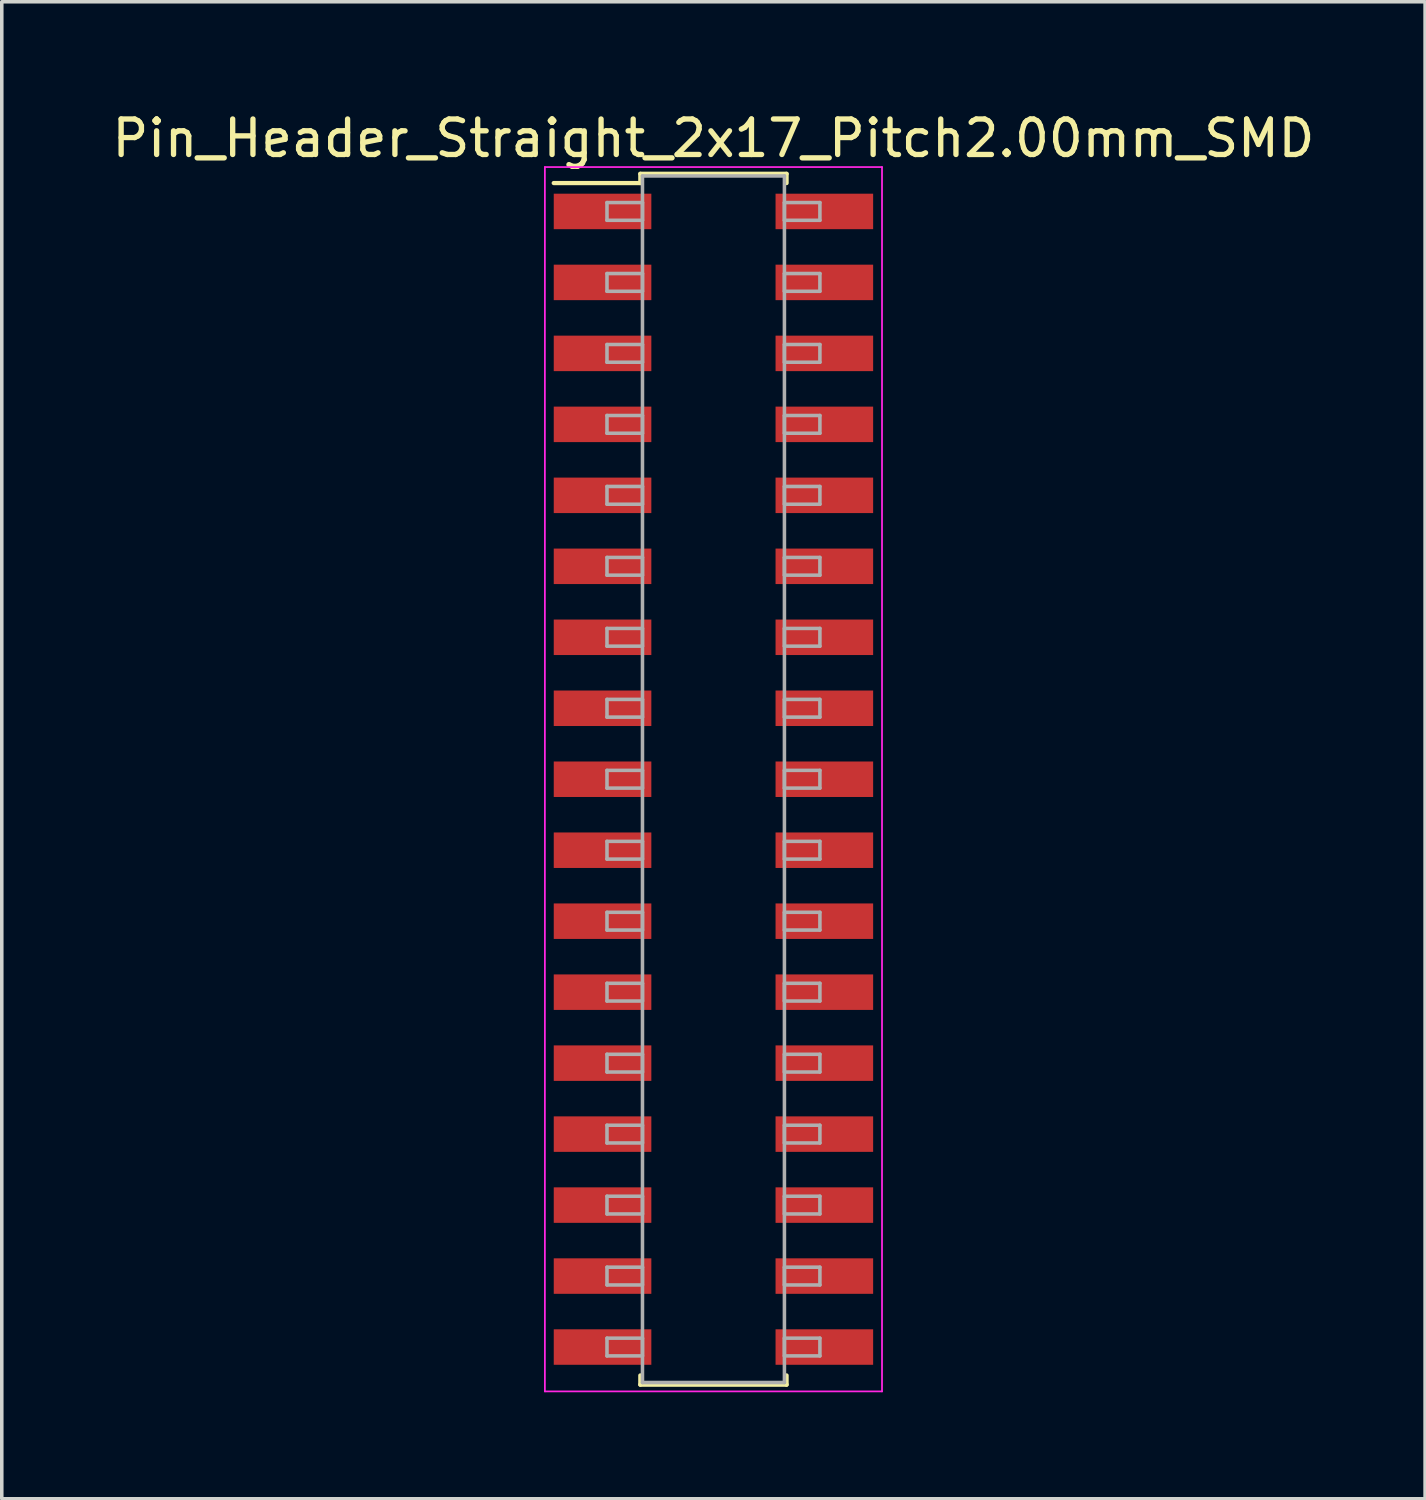
<source format=kicad_pcb>
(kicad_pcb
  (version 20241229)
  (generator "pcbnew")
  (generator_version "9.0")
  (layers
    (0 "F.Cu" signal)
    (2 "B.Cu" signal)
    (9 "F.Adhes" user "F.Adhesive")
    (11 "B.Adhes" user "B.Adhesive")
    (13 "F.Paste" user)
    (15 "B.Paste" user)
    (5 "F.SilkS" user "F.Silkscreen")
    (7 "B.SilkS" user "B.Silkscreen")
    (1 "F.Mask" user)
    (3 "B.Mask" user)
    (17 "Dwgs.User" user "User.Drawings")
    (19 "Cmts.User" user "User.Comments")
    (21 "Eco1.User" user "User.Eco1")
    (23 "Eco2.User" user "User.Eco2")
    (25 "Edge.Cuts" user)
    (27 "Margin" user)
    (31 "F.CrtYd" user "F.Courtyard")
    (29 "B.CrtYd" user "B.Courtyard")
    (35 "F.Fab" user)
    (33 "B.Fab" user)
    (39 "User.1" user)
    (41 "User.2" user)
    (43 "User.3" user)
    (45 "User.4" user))
  (footprint "Pin_Header_Straight_2x17_Pitch2.00mm_SMD"
    (layer "F.Cu")
    (at 17.054 18.908)
    (property "Reference" "Pin_Header_Straight_2x17_Pitch2.00mm_SMD" (at 0 -18.06 0) (layer "F.SilkS") (effects (font (size 1 1) (thickness 0.15))))
    (attr smd)
    (fp_line (start -4.5 -16.8) (end -2.06 -16.8) (stroke (width 0.12) (type solid)) (layer "F.SilkS"))
    (fp_line (start -2.06 -17.06) (end 2.06 -17.06) (stroke (width 0.12) (type solid)) (layer "F.SilkS"))
    (fp_line (start -2.06 -16.8) (end -2.06 -17.06) (stroke (width 0.12) (type solid)) (layer "F.SilkS"))
    (fp_line (start -2.06 16.8) (end -2.06 17.06) (stroke (width 0.12) (type solid)) (layer "F.SilkS"))
    (fp_line (start -2.06 17.06) (end 2.06 17.06) (stroke (width 0.12) (type solid)) (layer "F.SilkS"))
    (fp_line (start 2.06 -17.06) (end 2.06 -16.8) (stroke (width 0.12) (type solid)) (layer "F.SilkS"))
    (fp_line (start 2.06 17.06) (end 2.06 16.8) (stroke (width 0.12) (type solid)) (layer "F.SilkS"))
    (fp_line (start -4.75 -17.25) (end -4.75 17.25) (stroke (width 0.05) (type solid)) (layer "F.CrtYd"))
    (fp_line (start -4.75 17.25) (end 4.75 17.25) (stroke (width 0.05) (type solid)) (layer "F.CrtYd"))
    (fp_line (start 4.75 -17.25) (end -4.75 -17.25) (stroke (width 0.05) (type solid)) (layer "F.CrtYd"))
    (fp_line (start 4.75 17.25) (end 4.75 -17.25) (stroke (width 0.05) (type solid)) (layer "F.CrtYd"))
    (fp_line (start -3 -16.25) (end -2 -16.25) (stroke (width 0.1) (type solid)) (layer "F.Fab"))
    (fp_line (start -3 -15.75) (end -3 -16.25) (stroke (width 0.1) (type solid)) (layer "F.Fab"))
    (fp_line (start -3 -14.25) (end -2 -14.25) (stroke (width 0.1) (type solid)) (layer "F.Fab"))
    (fp_line (start -3 -13.75) (end -3 -14.25) (stroke (width 0.1) (type solid)) (layer "F.Fab"))
    (fp_line (start -3 -12.25) (end -2 -12.25) (stroke (width 0.1) (type solid)) (layer "F.Fab"))
    (fp_line (start -3 -11.75) (end -3 -12.25) (stroke (width 0.1) (type solid)) (layer "F.Fab"))
    (fp_line (start -3 -10.25) (end -2 -10.25) (stroke (width 0.1) (type solid)) (layer "F.Fab"))
    (fp_line (start -3 -9.75) (end -3 -10.25) (stroke (width 0.1) (type solid)) (layer "F.Fab"))
    (fp_line (start -3 -8.25) (end -2 -8.25) (stroke (width 0.1) (type solid)) (layer "F.Fab"))
    (fp_line (start -3 -7.75) (end -3 -8.25) (stroke (width 0.1) (type solid)) (layer "F.Fab"))
    (fp_line (start -3 -6.25) (end -2 -6.25) (stroke (width 0.1) (type solid)) (layer "F.Fab"))
    (fp_line (start -3 -5.75) (end -3 -6.25) (stroke (width 0.1) (type solid)) (layer "F.Fab"))
    (fp_line (start -3 -4.25) (end -2 -4.25) (stroke (width 0.1) (type solid)) (layer "F.Fab"))
    (fp_line (start -3 -3.75) (end -3 -4.25) (stroke (width 0.1) (type solid)) (layer "F.Fab"))
    (fp_line (start -3 -2.25) (end -2 -2.25) (stroke (width 0.1) (type solid)) (layer "F.Fab"))
    (fp_line (start -3 -1.75) (end -3 -2.25) (stroke (width 0.1) (type solid)) (layer "F.Fab"))
    (fp_line (start -3 -0.25) (end -2 -0.25) (stroke (width 0.1) (type solid)) (layer "F.Fab"))
    (fp_line (start -3 0.25) (end -3 -0.25) (stroke (width 0.1) (type solid)) (layer "F.Fab"))
    (fp_line (start -3 1.75) (end -2 1.75) (stroke (width 0.1) (type solid)) (layer "F.Fab"))
    (fp_line (start -3 2.25) (end -3 1.75) (stroke (width 0.1) (type solid)) (layer "F.Fab"))
    (fp_line (start -3 3.75) (end -2 3.75) (stroke (width 0.1) (type solid)) (layer "F.Fab"))
    (fp_line (start -3 4.25) (end -3 3.75) (stroke (width 0.1) (type solid)) (layer "F.Fab"))
    (fp_line (start -3 5.75) (end -2 5.75) (stroke (width 0.1) (type solid)) (layer "F.Fab"))
    (fp_line (start -3 6.25) (end -3 5.75) (stroke (width 0.1) (type solid)) (layer "F.Fab"))
    (fp_line (start -3 7.75) (end -2 7.75) (stroke (width 0.1) (type solid)) (layer "F.Fab"))
    (fp_line (start -3 8.25) (end -3 7.75) (stroke (width 0.1) (type solid)) (layer "F.Fab"))
    (fp_line (start -3 9.75) (end -2 9.75) (stroke (width 0.1) (type solid)) (layer "F.Fab"))
    (fp_line (start -3 10.25) (end -3 9.75) (stroke (width 0.1) (type solid)) (layer "F.Fab"))
    (fp_line (start -3 11.75) (end -2 11.75) (stroke (width 0.1) (type solid)) (layer "F.Fab"))
    (fp_line (start -3 12.25) (end -3 11.75) (stroke (width 0.1) (type solid)) (layer "F.Fab"))
    (fp_line (start -3 13.75) (end -2 13.75) (stroke (width 0.1) (type solid)) (layer "F.Fab"))
    (fp_line (start -3 14.25) (end -3 13.75) (stroke (width 0.1) (type solid)) (layer "F.Fab"))
    (fp_line (start -3 15.75) (end -2 15.75) (stroke (width 0.1) (type solid)) (layer "F.Fab"))
    (fp_line (start -3 16.25) (end -3 15.75) (stroke (width 0.1) (type solid)) (layer "F.Fab"))
    (fp_line (start -2 -17) (end -2 17) (stroke (width 0.1) (type solid)) (layer "F.Fab"))
    (fp_line (start -2 -16.25) (end -2 -15.75) (stroke (width 0.1) (type solid)) (layer "F.Fab"))
    (fp_line (start -2 -15.75) (end -3 -15.75) (stroke (width 0.1) (type solid)) (layer "F.Fab"))
    (fp_line (start -2 -14.25) (end -2 -13.75) (stroke (width 0.1) (type solid)) (layer "F.Fab"))
    (fp_line (start -2 -13.75) (end -3 -13.75) (stroke (width 0.1) (type solid)) (layer "F.Fab"))
    (fp_line (start -2 -12.25) (end -2 -11.75) (stroke (width 0.1) (type solid)) (layer "F.Fab"))
    (fp_line (start -2 -11.75) (end -3 -11.75) (stroke (width 0.1) (type solid)) (layer "F.Fab"))
    (fp_line (start -2 -10.25) (end -2 -9.75) (stroke (width 0.1) (type solid)) (layer "F.Fab"))
    (fp_line (start -2 -9.75) (end -3 -9.75) (stroke (width 0.1) (type solid)) (layer "F.Fab"))
    (fp_line (start -2 -8.25) (end -2 -7.75) (stroke (width 0.1) (type solid)) (layer "F.Fab"))
    (fp_line (start -2 -7.75) (end -3 -7.75) (stroke (width 0.1) (type solid)) (layer "F.Fab"))
    (fp_line (start -2 -6.25) (end -2 -5.75) (stroke (width 0.1) (type solid)) (layer "F.Fab"))
    (fp_line (start -2 -5.75) (end -3 -5.75) (stroke (width 0.1) (type solid)) (layer "F.Fab"))
    (fp_line (start -2 -4.25) (end -2 -3.75) (stroke (width 0.1) (type solid)) (layer "F.Fab"))
    (fp_line (start -2 -3.75) (end -3 -3.75) (stroke (width 0.1) (type solid)) (layer "F.Fab"))
    (fp_line (start -2 -2.25) (end -2 -1.75) (stroke (width 0.1) (type solid)) (layer "F.Fab"))
    (fp_line (start -2 -1.75) (end -3 -1.75) (stroke (width 0.1) (type solid)) (layer "F.Fab"))
    (fp_line (start -2 -0.25) (end -2 0.25) (stroke (width 0.1) (type solid)) (layer "F.Fab"))
    (fp_line (start -2 0.25) (end -3 0.25) (stroke (width 0.1) (type solid)) (layer "F.Fab"))
    (fp_line (start -2 1.75) (end -2 2.25) (stroke (width 0.1) (type solid)) (layer "F.Fab"))
    (fp_line (start -2 2.25) (end -3 2.25) (stroke (width 0.1) (type solid)) (layer "F.Fab"))
    (fp_line (start -2 3.75) (end -2 4.25) (stroke (width 0.1) (type solid)) (layer "F.Fab"))
    (fp_line (start -2 4.25) (end -3 4.25) (stroke (width 0.1) (type solid)) (layer "F.Fab"))
    (fp_line (start -2 5.75) (end -2 6.25) (stroke (width 0.1) (type solid)) (layer "F.Fab"))
    (fp_line (start -2 6.25) (end -3 6.25) (stroke (width 0.1) (type solid)) (layer "F.Fab"))
    (fp_line (start -2 7.75) (end -2 8.25) (stroke (width 0.1) (type solid)) (layer "F.Fab"))
    (fp_line (start -2 8.25) (end -3 8.25) (stroke (width 0.1) (type solid)) (layer "F.Fab"))
    (fp_line (start -2 9.75) (end -2 10.25) (stroke (width 0.1) (type solid)) (layer "F.Fab"))
    (fp_line (start -2 10.25) (end -3 10.25) (stroke (width 0.1) (type solid)) (layer "F.Fab"))
    (fp_line (start -2 11.75) (end -2 12.25) (stroke (width 0.1) (type solid)) (layer "F.Fab"))
    (fp_line (start -2 12.25) (end -3 12.25) (stroke (width 0.1) (type solid)) (layer "F.Fab"))
    (fp_line (start -2 13.75) (end -2 14.25) (stroke (width 0.1) (type solid)) (layer "F.Fab"))
    (fp_line (start -2 14.25) (end -3 14.25) (stroke (width 0.1) (type solid)) (layer "F.Fab"))
    (fp_line (start -2 15.75) (end -2 16.25) (stroke (width 0.1) (type solid)) (layer "F.Fab"))
    (fp_line (start -2 16.25) (end -3 16.25) (stroke (width 0.1) (type solid)) (layer "F.Fab"))
    (fp_line (start -2 17) (end 2 17) (stroke (width 0.1) (type solid)) (layer "F.Fab"))
    (fp_line (start 2 -17) (end -2 -17) (stroke (width 0.1) (type solid)) (layer "F.Fab"))
    (fp_line (start 2 -16.25) (end 2 -15.75) (stroke (width 0.1) (type solid)) (layer "F.Fab"))
    (fp_line (start 2 -15.75) (end 3 -15.75) (stroke (width 0.1) (type solid)) (layer "F.Fab"))
    (fp_line (start 2 -14.25) (end 2 -13.75) (stroke (width 0.1) (type solid)) (layer "F.Fab"))
    (fp_line (start 2 -13.75) (end 3 -13.75) (stroke (width 0.1) (type solid)) (layer "F.Fab"))
    (fp_line (start 2 -12.25) (end 2 -11.75) (stroke (width 0.1) (type solid)) (layer "F.Fab"))
    (fp_line (start 2 -11.75) (end 3 -11.75) (stroke (width 0.1) (type solid)) (layer "F.Fab"))
    (fp_line (start 2 -10.25) (end 2 -9.75) (stroke (width 0.1) (type solid)) (layer "F.Fab"))
    (fp_line (start 2 -9.75) (end 3 -9.75) (stroke (width 0.1) (type solid)) (layer "F.Fab"))
    (fp_line (start 2 -8.25) (end 2 -7.75) (stroke (width 0.1) (type solid)) (layer "F.Fab"))
    (fp_line (start 2 -7.75) (end 3 -7.75) (stroke (width 0.1) (type solid)) (layer "F.Fab"))
    (fp_line (start 2 -6.25) (end 2 -5.75) (stroke (width 0.1) (type solid)) (layer "F.Fab"))
    (fp_line (start 2 -5.75) (end 3 -5.75) (stroke (width 0.1) (type solid)) (layer "F.Fab"))
    (fp_line (start 2 -4.25) (end 2 -3.75) (stroke (width 0.1) (type solid)) (layer "F.Fab"))
    (fp_line (start 2 -3.75) (end 3 -3.75) (stroke (width 0.1) (type solid)) (layer "F.Fab"))
    (fp_line (start 2 -2.25) (end 2 -1.75) (stroke (width 0.1) (type solid)) (layer "F.Fab"))
    (fp_line (start 2 -1.75) (end 3 -1.75) (stroke (width 0.1) (type solid)) (layer "F.Fab"))
    (fp_line (start 2 -0.25) (end 2 0.25) (stroke (width 0.1) (type solid)) (layer "F.Fab"))
    (fp_line (start 2 0.25) (end 3 0.25) (stroke (width 0.1) (type solid)) (layer "F.Fab"))
    (fp_line (start 2 1.75) (end 2 2.25) (stroke (width 0.1) (type solid)) (layer "F.Fab"))
    (fp_line (start 2 2.25) (end 3 2.25) (stroke (width 0.1) (type solid)) (layer "F.Fab"))
    (fp_line (start 2 3.75) (end 2 4.25) (stroke (width 0.1) (type solid)) (layer "F.Fab"))
    (fp_line (start 2 4.25) (end 3 4.25) (stroke (width 0.1) (type solid)) (layer "F.Fab"))
    (fp_line (start 2 5.75) (end 2 6.25) (stroke (width 0.1) (type solid)) (layer "F.Fab"))
    (fp_line (start 2 6.25) (end 3 6.25) (stroke (width 0.1) (type solid)) (layer "F.Fab"))
    (fp_line (start 2 7.75) (end 2 8.25) (stroke (width 0.1) (type solid)) (layer "F.Fab"))
    (fp_line (start 2 8.25) (end 3 8.25) (stroke (width 0.1) (type solid)) (layer "F.Fab"))
    (fp_line (start 2 9.75) (end 2 10.25) (stroke (width 0.1) (type solid)) (layer "F.Fab"))
    (fp_line (start 2 10.25) (end 3 10.25) (stroke (width 0.1) (type solid)) (layer "F.Fab"))
    (fp_line (start 2 11.75) (end 2 12.25) (stroke (width 0.1) (type solid)) (layer "F.Fab"))
    (fp_line (start 2 12.25) (end 3 12.25) (stroke (width 0.1) (type solid)) (layer "F.Fab"))
    (fp_line (start 2 13.75) (end 2 14.25) (stroke (width 0.1) (type solid)) (layer "F.Fab"))
    (fp_line (start 2 14.25) (end 3 14.25) (stroke (width 0.1) (type solid)) (layer "F.Fab"))
    (fp_line (start 2 15.75) (end 2 16.25) (stroke (width 0.1) (type solid)) (layer "F.Fab"))
    (fp_line (start 2 16.25) (end 3 16.25) (stroke (width 0.1) (type solid)) (layer "F.Fab"))
    (fp_line (start 2 17) (end 2 -17) (stroke (width 0.1) (type solid)) (layer "F.Fab"))
    (fp_line (start 3 -16.25) (end 2 -16.25) (stroke (width 0.1) (type solid)) (layer "F.Fab"))
    (fp_line (start 3 -15.75) (end 3 -16.25) (stroke (width 0.1) (type solid)) (layer "F.Fab"))
    (fp_line (start 3 -14.25) (end 2 -14.25) (stroke (width 0.1) (type solid)) (layer "F.Fab"))
    (fp_line (start 3 -13.75) (end 3 -14.25) (stroke (width 0.1) (type solid)) (layer "F.Fab"))
    (fp_line (start 3 -12.25) (end 2 -12.25) (stroke (width 0.1) (type solid)) (layer "F.Fab"))
    (fp_line (start 3 -11.75) (end 3 -12.25) (stroke (width 0.1) (type solid)) (layer "F.Fab"))
    (fp_line (start 3 -10.25) (end 2 -10.25) (stroke (width 0.1) (type solid)) (layer "F.Fab"))
    (fp_line (start 3 -9.75) (end 3 -10.25) (stroke (width 0.1) (type solid)) (layer "F.Fab"))
    (fp_line (start 3 -8.25) (end 2 -8.25) (stroke (width 0.1) (type solid)) (layer "F.Fab"))
    (fp_line (start 3 -7.75) (end 3 -8.25) (stroke (width 0.1) (type solid)) (layer "F.Fab"))
    (fp_line (start 3 -6.25) (end 2 -6.25) (stroke (width 0.1) (type solid)) (layer "F.Fab"))
    (fp_line (start 3 -5.75) (end 3 -6.25) (stroke (width 0.1) (type solid)) (layer "F.Fab"))
    (fp_line (start 3 -4.25) (end 2 -4.25) (stroke (width 0.1) (type solid)) (layer "F.Fab"))
    (fp_line (start 3 -3.75) (end 3 -4.25) (stroke (width 0.1) (type solid)) (layer "F.Fab"))
    (fp_line (start 3 -2.25) (end 2 -2.25) (stroke (width 0.1) (type solid)) (layer "F.Fab"))
    (fp_line (start 3 -1.75) (end 3 -2.25) (stroke (width 0.1) (type solid)) (layer "F.Fab"))
    (fp_line (start 3 -0.25) (end 2 -0.25) (stroke (width 0.1) (type solid)) (layer "F.Fab"))
    (fp_line (start 3 0.25) (end 3 -0.25) (stroke (width 0.1) (type solid)) (layer "F.Fab"))
    (fp_line (start 3 1.75) (end 2 1.75) (stroke (width 0.1) (type solid)) (layer "F.Fab"))
    (fp_line (start 3 2.25) (end 3 1.75) (stroke (width 0.1) (type solid)) (layer "F.Fab"))
    (fp_line (start 3 3.75) (end 2 3.75) (stroke (width 0.1) (type solid)) (layer "F.Fab"))
    (fp_line (start 3 4.25) (end 3 3.75) (stroke (width 0.1) (type solid)) (layer "F.Fab"))
    (fp_line (start 3 5.75) (end 2 5.75) (stroke (width 0.1) (type solid)) (layer "F.Fab"))
    (fp_line (start 3 6.25) (end 3 5.75) (stroke (width 0.1) (type solid)) (layer "F.Fab"))
    (fp_line (start 3 7.75) (end 2 7.75) (stroke (width 0.1) (type solid)) (layer "F.Fab"))
    (fp_line (start 3 8.25) (end 3 7.75) (stroke (width 0.1) (type solid)) (layer "F.Fab"))
    (fp_line (start 3 9.75) (end 2 9.75) (stroke (width 0.1) (type solid)) (layer "F.Fab"))
    (fp_line (start 3 10.25) (end 3 9.75) (stroke (width 0.1) (type solid)) (layer "F.Fab"))
    (fp_line (start 3 11.75) (end 2 11.75) (stroke (width 0.1) (type solid)) (layer "F.Fab"))
    (fp_line (start 3 12.25) (end 3 11.75) (stroke (width 0.1) (type solid)) (layer "F.Fab"))
    (fp_line (start 3 13.75) (end 2 13.75) (stroke (width 0.1) (type solid)) (layer "F.Fab"))
    (fp_line (start 3 14.25) (end 3 13.75) (stroke (width 0.1) (type solid)) (layer "F.Fab"))
    (fp_line (start 3 15.75) (end 2 15.75) (stroke (width 0.1) (type solid)) (layer "F.Fab"))
    (fp_line (start 3 16.25) (end 3 15.75) (stroke (width 0.1) (type solid)) (layer "F.Fab"))
    (pad "1" smd rect (at -3.125 -16) (size 2.75 1) (layers "F.Cu" "F.Mask"))
    (pad "2" smd rect (at 3.125 -16) (size 2.75 1) (layers "F.Cu" "F.Mask"))
    (pad "3" smd rect (at -3.125 -14) (size 2.75 1) (layers "F.Cu" "F.Mask"))
    (pad "4" smd rect (at 3.125 -14) (size 2.75 1) (layers "F.Cu" "F.Mask"))
    (pad "5" smd rect (at -3.125 -12) (size 2.75 1) (layers "F.Cu" "F.Mask"))
    (pad "6" smd rect (at 3.125 -12) (size 2.75 1) (layers "F.Cu" "F.Mask"))
    (pad "7" smd rect (at -3.125 -10) (size 2.75 1) (layers "F.Cu" "F.Mask"))
    (pad "8" smd rect (at 3.125 -10) (size 2.75 1) (layers "F.Cu" "F.Mask"))
    (pad "9" smd rect (at -3.125 -8) (size 2.75 1) (layers "F.Cu" "F.Mask"))
    (pad "10" smd rect (at 3.125 -8) (size 2.75 1) (layers "F.Cu" "F.Mask"))
    (pad "11" smd rect (at -3.125 -6) (size 2.75 1) (layers "F.Cu" "F.Mask"))
    (pad "12" smd rect (at 3.125 -6) (size 2.75 1) (layers "F.Cu" "F.Mask"))
    (pad "13" smd rect (at -3.125 -4) (size 2.75 1) (layers "F.Cu" "F.Mask"))
    (pad "14" smd rect (at 3.125 -4) (size 2.75 1) (layers "F.Cu" "F.Mask"))
    (pad "15" smd rect (at -3.125 -2) (size 2.75 1) (layers "F.Cu" "F.Mask"))
    (pad "16" smd rect (at 3.125 -2) (size 2.75 1) (layers "F.Cu" "F.Mask"))
    (pad "17" smd rect (at -3.125 0) (size 2.75 1) (layers "F.Cu" "F.Mask"))
    (pad "18" smd rect (at 3.125 0) (size 2.75 1) (layers "F.Cu" "F.Mask"))
    (pad "19" smd rect (at -3.125 2) (size 2.75 1) (layers "F.Cu" "F.Mask"))
    (pad "20" smd rect (at 3.125 2) (size 2.75 1) (layers "F.Cu" "F.Mask"))
    (pad "21" smd rect (at -3.125 4) (size 2.75 1) (layers "F.Cu" "F.Mask"))
    (pad "22" smd rect (at 3.125 4) (size 2.75 1) (layers "F.Cu" "F.Mask"))
    (pad "23" smd rect (at -3.125 6) (size 2.75 1) (layers "F.Cu" "F.Mask"))
    (pad "24" smd rect (at 3.125 6) (size 2.75 1) (layers "F.Cu" "F.Mask"))
    (pad "25" smd rect (at -3.125 8) (size 2.75 1) (layers "F.Cu" "F.Mask"))
    (pad "26" smd rect (at 3.125 8) (size 2.75 1) (layers "F.Cu" "F.Mask"))
    (pad "27" smd rect (at -3.125 10) (size 2.75 1) (layers "F.Cu" "F.Mask"))
    (pad "28" smd rect (at 3.125 10) (size 2.75 1) (layers "F.Cu" "F.Mask"))
    (pad "29" smd rect (at -3.125 12) (size 2.75 1) (layers "F.Cu" "F.Mask"))
    (pad "30" smd rect (at 3.125 12) (size 2.75 1) (layers "F.Cu" "F.Mask"))
    (pad "31" smd rect (at -3.125 14) (size 2.75 1) (layers "F.Cu" "F.Mask"))
    (pad "32" smd rect (at 3.125 14) (size 2.75 1) (layers "F.Cu" "F.Mask"))
    (pad "33" smd rect (at -3.125 16) (size 2.75 1) (layers "F.Cu" "F.Mask"))
    (pad "34" smd rect (at 3.125 16) (size 2.75 1) (layers "F.Cu" "F.Mask")))
  (gr_rect
    (start -3 -3)
    (end 37.107 39.183)
    (stroke (width 0.1) (type default))
    (fill no)
    (layer "Edge.Cuts")))
</source>
